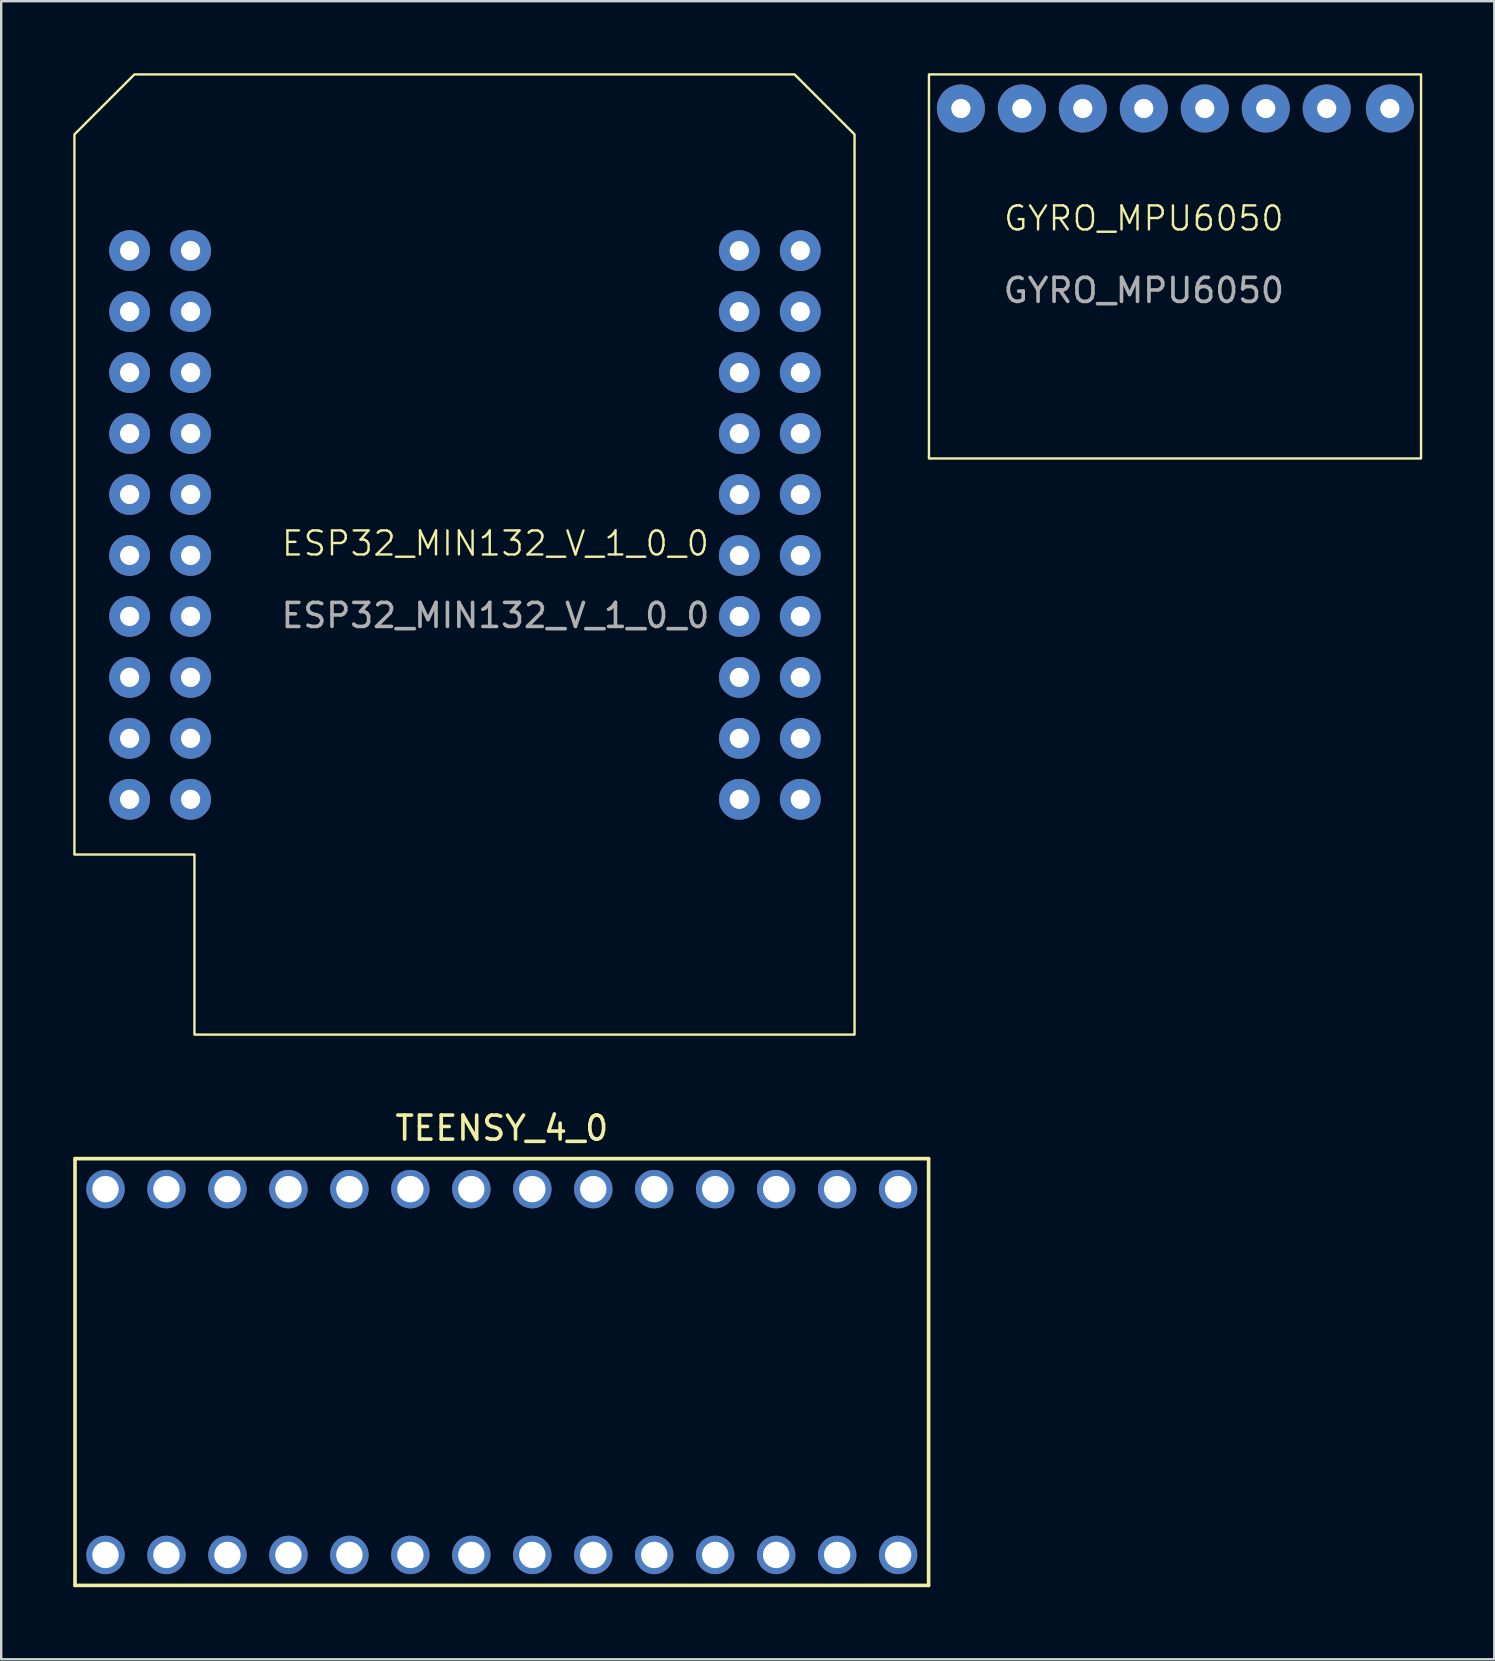
<source format=kicad_pcb>
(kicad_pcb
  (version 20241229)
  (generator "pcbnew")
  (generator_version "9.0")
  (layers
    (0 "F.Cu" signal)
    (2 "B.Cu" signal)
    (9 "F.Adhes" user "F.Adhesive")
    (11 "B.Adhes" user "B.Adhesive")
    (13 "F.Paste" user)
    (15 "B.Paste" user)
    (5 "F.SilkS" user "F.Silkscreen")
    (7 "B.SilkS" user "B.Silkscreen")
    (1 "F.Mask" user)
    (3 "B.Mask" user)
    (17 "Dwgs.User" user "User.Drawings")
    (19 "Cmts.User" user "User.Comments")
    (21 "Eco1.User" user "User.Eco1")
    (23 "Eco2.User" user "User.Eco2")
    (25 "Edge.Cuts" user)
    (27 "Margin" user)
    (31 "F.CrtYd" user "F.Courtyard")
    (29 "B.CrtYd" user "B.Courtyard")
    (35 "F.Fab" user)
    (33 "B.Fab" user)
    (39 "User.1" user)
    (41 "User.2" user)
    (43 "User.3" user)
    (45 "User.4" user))
  (footprint "TEENSY_4_0"
    (layer "F.Cu")
    (at 17.855 54.108)
    (property "Reference" "TEENSY_4_0" (at 0 -10.16 0) (layer "F.SilkS") (effects (font (size 1 1) (thickness 0.15))))
    (attr through_hole)
    (fp_line (start -17.78 -8.89) (end 17.78 -8.89) (stroke (width 0.15) (type solid)) (layer "F.SilkS"))
    (fp_line (start -17.78 8.89) (end -17.78 -8.89) (stroke (width 0.15) (type solid)) (layer "F.SilkS"))
    (fp_line (start 17.78 -8.89) (end 17.78 8.89) (stroke (width 0.15) (type solid)) (layer "F.SilkS"))
    (fp_line (start 17.78 8.89) (end -17.78 8.89) (stroke (width 0.15) (type solid)) (layer "F.SilkS"))
    (pad "1" thru_hole circle (at -16.51 7.62) (size 1.6 1.6) (drill 1.1) (layers "*.Cu" "*.Mask"))
    (pad "2" thru_hole circle (at -13.97 7.62) (size 1.6 1.6) (drill 1.1) (layers "*.Cu" "*.Mask"))
    (pad "3" thru_hole circle (at -11.43 7.62) (size 1.6 1.6) (drill 1.1) (layers "*.Cu" "*.Mask"))
    (pad "4" thru_hole circle (at -8.89 7.62) (size 1.6 1.6) (drill 1.1) (layers "*.Cu" "*.Mask"))
    (pad "5" thru_hole circle (at -6.35 7.62) (size 1.6 1.6) (drill 1.1) (layers "*.Cu" "*.Mask"))
    (pad "6" thru_hole circle (at -3.81 7.62) (size 1.6 1.6) (drill 1.1) (layers "*.Cu" "*.Mask"))
    (pad "7" thru_hole circle (at -1.27 7.62) (size 1.6 1.6) (drill 1.1) (layers "*.Cu" "*.Mask"))
    (pad "8" thru_hole circle (at 1.27 7.62) (size 1.6 1.6) (drill 1.1) (layers "*.Cu" "*.Mask"))
    (pad "9" thru_hole circle (at 3.81 7.62) (size 1.6 1.6) (drill 1.1) (layers "*.Cu" "*.Mask"))
    (pad "10" thru_hole circle (at 6.35 7.62) (size 1.6 1.6) (drill 1.1) (layers "*.Cu" "*.Mask"))
    (pad "11" thru_hole circle (at 8.89 7.62) (size 1.6 1.6) (drill 1.1) (layers "*.Cu" "*.Mask"))
    (pad "12" thru_hole circle (at 11.43 7.62) (size 1.6 1.6) (drill 1.1) (layers "*.Cu" "*.Mask"))
    (pad "13" thru_hole circle (at 13.97 7.62) (size 1.6 1.6) (drill 1.1) (layers "*.Cu" "*.Mask"))
    (pad "14" thru_hole circle (at 16.51 7.62) (size 1.6 1.6) (drill 1.1) (layers "*.Cu" "*.Mask"))
    (pad "20" thru_hole circle (at 16.51 -7.62) (size 1.6 1.6) (drill 1.1) (layers "*.Cu" "*.Mask"))
    (pad "21" thru_hole circle (at 13.97 -7.62) (size 1.6 1.6) (drill 1.1) (layers "*.Cu" "*.Mask"))
    (pad "22" thru_hole circle (at 11.43 -7.62) (size 1.6 1.6) (drill 1.1) (layers "*.Cu" "*.Mask"))
    (pad "23" thru_hole circle (at 8.89 -7.62) (size 1.6 1.6) (drill 1.1) (layers "*.Cu" "*.Mask"))
    (pad "24" thru_hole circle (at 6.35 -7.62) (size 1.6 1.6) (drill 1.1) (layers "*.Cu" "*.Mask"))
    (pad "25" thru_hole circle (at 3.81 -7.62) (size 1.6 1.6) (drill 1.1) (layers "*.Cu" "*.Mask"))
    (pad "26" thru_hole circle (at 1.27 -7.62) (size 1.6 1.6) (drill 1.1) (layers "*.Cu" "*.Mask"))
    (pad "27" thru_hole circle (at -1.27 -7.62) (size 1.6 1.6) (drill 1.1) (layers "*.Cu" "*.Mask"))
    (pad "28" thru_hole circle (at -3.81 -7.62) (size 1.6 1.6) (drill 1.1) (layers "*.Cu" "*.Mask"))
    (pad "29" thru_hole circle (at -6.35 -7.62) (size 1.6 1.6) (drill 1.1) (layers "*.Cu" "*.Mask"))
    (pad "30" thru_hole circle (at -8.89 -7.62) (size 1.6 1.6) (drill 1.1) (layers "*.Cu" "*.Mask"))
    (pad "31" thru_hole circle (at -11.43 -7.62) (size 1.6 1.6) (drill 1.1) (layers "*.Cu" "*.Mask"))
    (pad "32" thru_hole circle (at -13.97 -7.62) (size 1.6 1.6) (drill 1.1) (layers "*.Cu" "*.Mask"))
    (pad "33" thru_hole circle (at -16.51 -7.62) (size 1.6 1.6) (drill 1.1) (layers "*.Cu" "*.Mask")))
  (footprint "ESP32_MIN132_V_1_0_0"
    (layer "F.Cu")
    (at 17.59 20.09)
    (property "Reference" "ESP32_MIN132_V_1_0_0" (at 0 -0.5 0) (unlocked yes) (layer "F.SilkS") (effects (font (size 1 1) (thickness 0.1))))
    (attr through_hole)
    (fp_poly (pts (xy 14.96 19.96) (xy -12.54 19.96) (xy -12.54 12.46) (xy -17.54 12.46) (xy -17.54 -17.54) (xy -15.04 -20.04) (xy 12.46 -20.04) (xy 14.96 -17.54)) (stroke (width 0.1) (type solid)) (fill no) (layer "F.SilkS"))
    (fp_text user "${REFERENCE}" (at 0 2.5 0) (unlocked yes) (layer "F.Fab") (effects (font (size 1 1) (thickness 0.15))))
    (pad "1" thru_hole circle (at -15.24 -12.7) (size 1.7 1.7) (drill 0.8) (layers "*.Cu" "*.Mask"))
    (pad "2" thru_hole circle (at -15.24 -10.16) (size 1.7 1.7) (drill 0.8) (layers "*.Cu" "*.Mask"))
    (pad "3" thru_hole circle (at -15.24 -7.62) (size 1.7 1.7) (drill 0.8) (layers "*.Cu" "*.Mask"))
    (pad "4" thru_hole circle (at -15.24 -5.08) (size 1.7 1.7) (drill 0.8) (layers "*.Cu" "*.Mask"))
    (pad "5" thru_hole circle (at -15.24 -2.54) (size 1.7 1.7) (drill 0.8) (layers "*.Cu" "*.Mask"))
    (pad "6" thru_hole circle (at -15.24 0) (size 1.7 1.7) (drill 0.8) (layers "*.Cu" "*.Mask"))
    (pad "7" thru_hole circle (at -15.24 2.54) (size 1.7 1.7) (drill 0.8) (layers "*.Cu" "*.Mask"))
    (pad "8" thru_hole circle (at -15.24 5.08) (size 1.7 1.7) (drill 0.8) (layers "*.Cu" "*.Mask"))
    (pad "9" thru_hole circle (at -15.24 7.62) (size 1.7 1.7) (drill 0.8) (layers "*.Cu" "*.Mask"))
    (pad "10" thru_hole circle (at -15.24 10.16) (size 1.7 1.7) (drill 0.8) (layers "*.Cu" "*.Mask"))
    (pad "11" thru_hole circle (at -12.7 -12.7) (size 1.7 1.7) (drill 0.8) (layers "*.Cu" "*.Mask"))
    (pad "12" thru_hole circle (at -12.7 -10.16) (size 1.7 1.7) (drill 0.8) (layers "*.Cu" "*.Mask"))
    (pad "13" thru_hole circle (at -12.7 -7.62) (size 1.7 1.7) (drill 0.8) (layers "*.Cu" "*.Mask"))
    (pad "14" thru_hole circle (at -12.7 -5.08) (size 1.7 1.7) (drill 0.8) (layers "*.Cu" "*.Mask"))
    (pad "15" thru_hole circle (at -12.7 -2.54) (size 1.7 1.7) (drill 0.8) (layers "*.Cu" "*.Mask"))
    (pad "16" thru_hole circle (at -12.7 0) (size 1.7 1.7) (drill 0.8) (layers "*.Cu" "*.Mask"))
    (pad "17" thru_hole circle (at -12.7 2.54) (size 1.7 1.7) (drill 0.8) (layers "*.Cu" "*.Mask"))
    (pad "18" thru_hole circle (at -12.7 5.08) (size 1.7 1.7) (drill 0.8) (layers "*.Cu" "*.Mask"))
    (pad "19" thru_hole circle (at -12.7 7.62) (size 1.7 1.7) (drill 0.8) (layers "*.Cu" "*.Mask"))
    (pad "20" thru_hole circle (at -12.7 10.16) (size 1.7 1.7) (drill 0.8) (layers "*.Cu" "*.Mask"))
    (pad "21" thru_hole circle (at 10.16 -12.7) (size 1.7 1.7) (drill 0.8) (layers "*.Cu" "*.Mask"))
    (pad "22" thru_hole circle (at 10.16 -10.16) (size 1.7 1.7) (drill 0.8) (layers "*.Cu" "*.Mask"))
    (pad "23" thru_hole circle (at 10.16 -7.62) (size 1.7 1.7) (drill 0.8) (layers "*.Cu" "*.Mask"))
    (pad "24" thru_hole circle (at 10.16 -5.08) (size 1.7 1.7) (drill 0.8) (layers "*.Cu" "*.Mask"))
    (pad "25" thru_hole circle (at 10.16 -2.54) (size 1.7 1.7) (drill 0.8) (layers "*.Cu" "*.Mask"))
    (pad "26" thru_hole circle (at 10.16 0) (size 1.7 1.7) (drill 0.8) (layers "*.Cu" "*.Mask"))
    (pad "27" thru_hole circle (at 10.16 2.54) (size 1.7 1.7) (drill 0.8) (layers "*.Cu" "*.Mask"))
    (pad "28" thru_hole circle (at 10.16 5.08) (size 1.7 1.7) (drill 0.8) (layers "*.Cu" "*.Mask"))
    (pad "29" thru_hole circle (at 10.16 7.62) (size 1.7 1.7) (drill 0.8) (layers "*.Cu" "*.Mask"))
    (pad "30" thru_hole circle (at 10.16 10.16) (size 1.7 1.7) (drill 0.8) (layers "*.Cu" "*.Mask"))
    (pad "31" thru_hole circle (at 12.7 -12.7) (size 1.7 1.7) (drill 0.8) (layers "*.Cu" "*.Mask"))
    (pad "32" thru_hole circle (at 12.7 -10.16) (size 1.7 1.7) (drill 0.8) (layers "*.Cu" "*.Mask"))
    (pad "33" thru_hole circle (at 12.7 -7.62) (size 1.7 1.7) (drill 0.8) (layers "*.Cu" "*.Mask"))
    (pad "34" thru_hole circle (at 12.7 -5.08) (size 1.7 1.7) (drill 0.8) (layers "*.Cu" "*.Mask"))
    (pad "35" thru_hole circle (at 12.7 -2.54) (size 1.7 1.7) (drill 0.8) (layers "*.Cu" "*.Mask"))
    (pad "36" thru_hole circle (at 12.7 0) (size 1.7 1.7) (drill 0.8) (layers "*.Cu" "*.Mask"))
    (pad "37" thru_hole circle (at 12.7 2.54) (size 1.7 1.7) (drill 0.8) (layers "*.Cu" "*.Mask"))
    (pad "38" thru_hole circle (at 12.7 5.08) (size 1.7 1.7) (drill 0.8) (layers "*.Cu" "*.Mask"))
    (pad "39" thru_hole circle (at 12.7 7.62) (size 1.7 1.7) (drill 0.8) (layers "*.Cu" "*.Mask"))
    (pad "40" thru_hole circle (at 12.7 10.16) (size 1.7 1.7) (drill 0.8) (layers "*.Cu" "*.Mask")))
  (footprint "GYRO_MPU6050"
    (layer "F.Cu")
    (at 44.6 6.55)
    (property "Reference" "GYRO_MPU6050" (at 0 -0.5 0) (unlocked yes) (layer "F.SilkS") (effects (font (size 1 1) (thickness 0.1))))
    (attr through_hole)
    (fp_rect (start -8.95 -6.5) (end 11.55 9.5) (stroke (width 0.1) (type solid)) (fill no) (layer "F.SilkS"))
    (fp_text user "${REFERENCE}" (at 0 2.5 0) (unlocked yes) (layer "F.Fab") (effects (font (size 1 1) (thickness 0.15))))
    (pad "1" thru_hole circle (at 10.25 -5.08) (size 2 2) (drill 0.8) (layers "*.Cu" "*.Mask"))
    (pad "2" thru_hole circle (at 7.62 -5.08) (size 2 2) (drill 0.8) (layers "*.Cu" "*.Mask"))
    (pad "3" thru_hole circle (at 5.08 -5.08) (size 2 2) (drill 0.8) (layers "*.Cu" "*.Mask"))
    (pad "4" thru_hole circle (at 2.54 -5.08) (size 2 2) (drill 0.8) (layers "*.Cu" "*.Mask"))
    (pad "5" thru_hole circle (at 0 -5.08) (size 2 2) (drill 0.8) (layers "*.Cu" "*.Mask"))
    (pad "6" thru_hole circle (at -2.54 -5.08) (size 2 2) (drill 0.8) (layers "*.Cu" "*.Mask"))
    (pad "7" thru_hole circle (at -5.08 -5.08) (size 2 2) (drill 0.8) (layers "*.Cu" "*.Mask"))
    (pad "8" thru_hole circle (at -7.62 -5.08) (size 2 2) (drill 0.8) (layers "*.Cu" "*.Mask")))
  (gr_rect
    (start -3 -3)
    (end 59.2 66.073)
    (stroke (width 0.1) (type default))
    (fill no)
    (layer "Edge.Cuts")))
</source>
